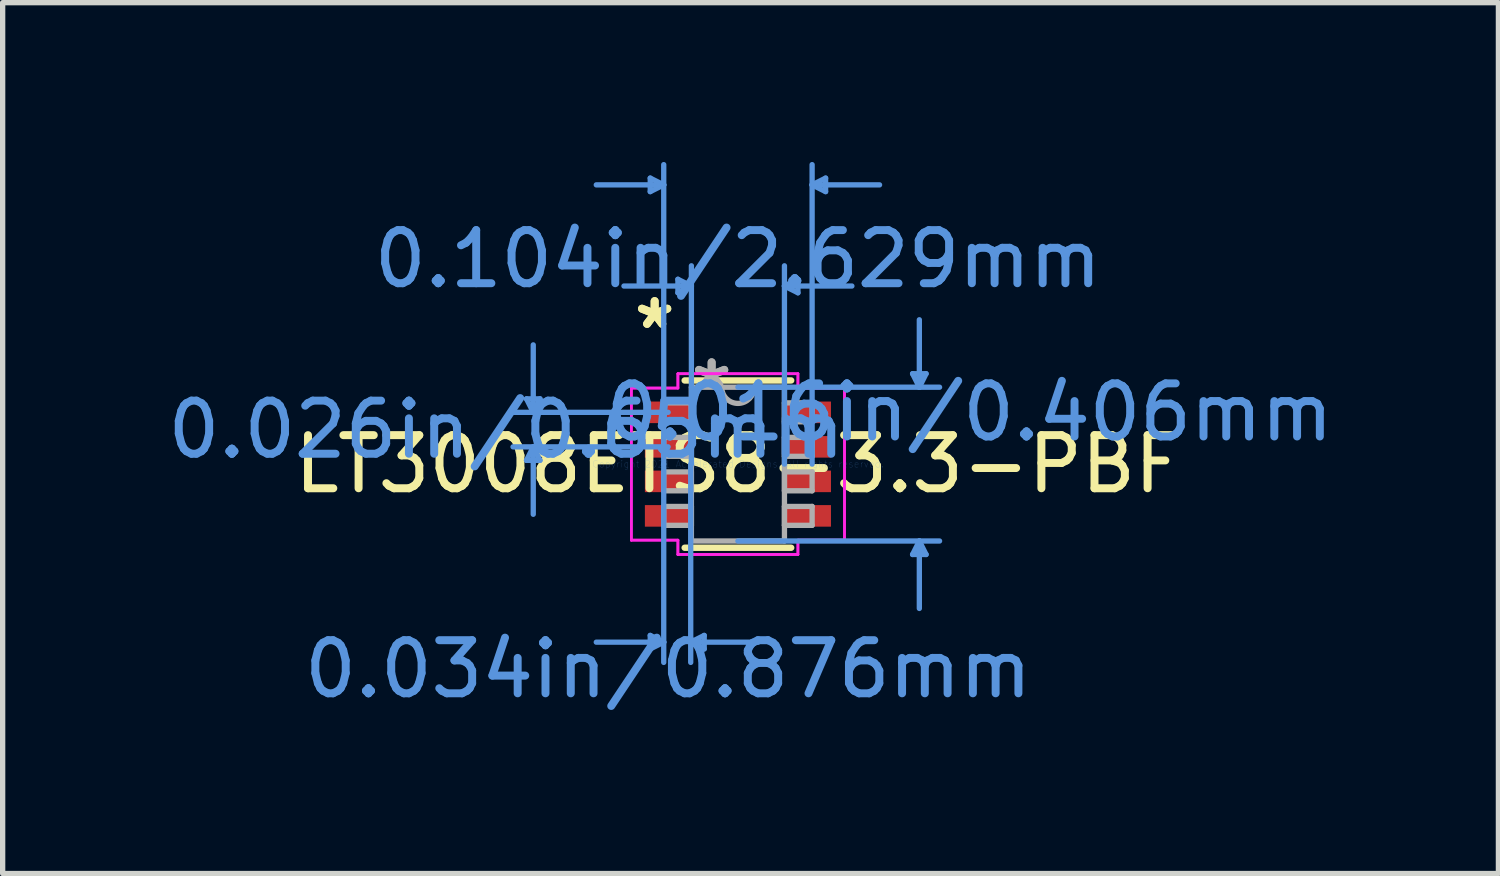
<source format=kicad_pcb>
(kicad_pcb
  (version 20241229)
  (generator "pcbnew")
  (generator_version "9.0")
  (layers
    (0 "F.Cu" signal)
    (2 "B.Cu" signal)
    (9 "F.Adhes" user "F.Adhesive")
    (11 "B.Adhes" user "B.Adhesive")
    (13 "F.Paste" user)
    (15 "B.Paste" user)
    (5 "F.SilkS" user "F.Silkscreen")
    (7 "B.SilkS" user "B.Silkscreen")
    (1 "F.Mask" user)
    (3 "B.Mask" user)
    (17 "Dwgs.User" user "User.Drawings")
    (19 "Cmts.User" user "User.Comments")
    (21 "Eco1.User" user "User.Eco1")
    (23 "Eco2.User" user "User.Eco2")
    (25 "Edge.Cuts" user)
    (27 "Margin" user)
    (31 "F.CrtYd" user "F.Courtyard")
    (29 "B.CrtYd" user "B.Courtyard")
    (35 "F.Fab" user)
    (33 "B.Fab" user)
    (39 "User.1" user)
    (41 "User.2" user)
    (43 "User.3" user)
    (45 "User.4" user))
  (footprint "LT3008ETS8-3.3-PBF"
    (layer "F.Cu")
    (at 10.845 5.689)
    (property "Reference" "LT3008ETS8-3.3-PBF" (at 0 0 0) (layer "F.SilkS") (effects (font (size 1 1) (thickness 0.15))))
    (attr through_hole)
    (fp_line (start -1.003 1.575) (end 1.003 1.575) (stroke (width 0.12) (type solid)) (layer "F.SilkS"))
    (fp_line (start 1.003 -1.575) (end -1.003 -1.575) (stroke (width 0.12) (type solid)) (layer "F.SilkS"))
    (fp_line (start -3.981 -1.229) (end -3.727 -1.229) (stroke (width 0.1) (type solid)) (layer "Cmts.User"))
    (fp_line (start -3.981 -0.071) (end -3.727 -0.071) (stroke (width 0.1) (type solid)) (layer "Cmts.User"))
    (fp_line (start -3.854 -0.975) (end -3.981 -1.229) (stroke (width 0.1) (type solid)) (layer "Cmts.User"))
    (fp_line (start -3.854 -0.975) (end -3.854 -2.245) (stroke (width 0.1) (type solid)) (layer "Cmts.User"))
    (fp_line (start -3.854 -0.975) (end -3.727 -1.229) (stroke (width 0.1) (type solid)) (layer "Cmts.User"))
    (fp_line (start -3.854 -0.325) (end -3.981 -0.071) (stroke (width 0.1) (type solid)) (layer "Cmts.User"))
    (fp_line (start -3.854 -0.325) (end -3.854 0.945) (stroke (width 0.1) (type solid)) (layer "Cmts.User"))
    (fp_line (start -3.854 -0.325) (end -3.727 -0.071) (stroke (width 0.1) (type solid)) (layer "Cmts.User"))
    (fp_line (start -1.651 -5.385) (end -1.651 -5.131) (stroke (width 0.1) (type solid)) (layer "Cmts.User"))
    (fp_line (start -1.651 3.226) (end -1.651 3.48) (stroke (width 0.1) (type solid)) (layer "Cmts.User"))
    (fp_line (start -1.397 -5.258) (end -2.667 -5.258) (stroke (width 0.1) (type solid)) (layer "Cmts.User"))
    (fp_line (start -1.397 -5.258) (end -1.651 -5.385) (stroke (width 0.1) (type solid)) (layer "Cmts.User"))
    (fp_line (start -1.397 -5.258) (end -1.651 -5.131) (stroke (width 0.1) (type solid)) (layer "Cmts.User"))
    (fp_line (start -1.397 0) (end -1.397 -5.639) (stroke (width 0.1) (type solid)) (layer "Cmts.User"))
    (fp_line (start -1.397 0) (end -1.397 3.734) (stroke (width 0.1) (type solid)) (layer "Cmts.User"))
    (fp_line (start -1.397 3.353) (end -2.667 3.353) (stroke (width 0.1) (type solid)) (layer "Cmts.User"))
    (fp_line (start -1.397 3.353) (end -1.651 3.226) (stroke (width 0.1) (type solid)) (layer "Cmts.User"))
    (fp_line (start -1.397 3.353) (end -1.651 3.48) (stroke (width 0.1) (type solid)) (layer "Cmts.User"))
    (fp_line (start -1.314 -0.975) (end -4.235 -0.975) (stroke (width 0.1) (type solid)) (layer "Cmts.User"))
    (fp_line (start -1.314 -0.325) (end -4.235 -0.325) (stroke (width 0.1) (type solid)) (layer "Cmts.User"))
    (fp_line (start -1.13 -3.48) (end -1.13 -3.226) (stroke (width 0.1) (type solid)) (layer "Cmts.User"))
    (fp_line (start -0.889 0) (end -0.889 3.734) (stroke (width 0.1) (type solid)) (layer "Cmts.User"))
    (fp_line (start -0.889 3.353) (end -0.635 3.226) (stroke (width 0.1) (type solid)) (layer "Cmts.User"))
    (fp_line (start -0.889 3.353) (end -0.635 3.48) (stroke (width 0.1) (type solid)) (layer "Cmts.User"))
    (fp_line (start -0.889 3.353) (end 0.381 3.353) (stroke (width 0.1) (type solid)) (layer "Cmts.User"))
    (fp_line (start -0.876 -3.353) (end -2.146 -3.353) (stroke (width 0.1) (type solid)) (layer "Cmts.User"))
    (fp_line (start -0.876 -3.353) (end -1.13 -3.48) (stroke (width 0.1) (type solid)) (layer "Cmts.User"))
    (fp_line (start -0.876 -3.353) (end -1.13 -3.226) (stroke (width 0.1) (type solid)) (layer "Cmts.User"))
    (fp_line (start -0.876 0) (end -0.876 -3.734) (stroke (width 0.1) (type solid)) (layer "Cmts.User"))
    (fp_line (start -0.635 3.226) (end -0.635 3.48) (stroke (width 0.1) (type solid)) (layer "Cmts.User"))
    (fp_line (start 0 -1.448) (end 3.797 -1.448) (stroke (width 0.1) (type solid)) (layer "Cmts.User"))
    (fp_line (start 0 1.448) (end 3.797 1.448) (stroke (width 0.1) (type solid)) (layer "Cmts.User"))
    (fp_line (start 0.876 -3.353) (end 1.13 -3.48) (stroke (width 0.1) (type solid)) (layer "Cmts.User"))
    (fp_line (start 0.876 -3.353) (end 1.13 -3.226) (stroke (width 0.1) (type solid)) (layer "Cmts.User"))
    (fp_line (start 0.876 -3.353) (end 2.146 -3.353) (stroke (width 0.1) (type solid)) (layer "Cmts.User"))
    (fp_line (start 0.876 0) (end 0.876 -3.734) (stroke (width 0.1) (type solid)) (layer "Cmts.User"))
    (fp_line (start 1.13 -3.48) (end 1.13 -3.226) (stroke (width 0.1) (type solid)) (layer "Cmts.User"))
    (fp_line (start 1.397 -5.258) (end 1.651 -5.385) (stroke (width 0.1) (type solid)) (layer "Cmts.User"))
    (fp_line (start 1.397 -5.258) (end 1.651 -5.131) (stroke (width 0.1) (type solid)) (layer "Cmts.User"))
    (fp_line (start 1.397 -5.258) (end 2.667 -5.258) (stroke (width 0.1) (type solid)) (layer "Cmts.User"))
    (fp_line (start 1.397 0) (end 1.397 -5.639) (stroke (width 0.1) (type solid)) (layer "Cmts.User"))
    (fp_line (start 1.651 -5.385) (end 1.651 -5.131) (stroke (width 0.1) (type solid)) (layer "Cmts.User"))
    (fp_line (start 3.289 -1.702) (end 3.543 -1.702) (stroke (width 0.1) (type solid)) (layer "Cmts.User"))
    (fp_line (start 3.289 1.702) (end 3.543 1.702) (stroke (width 0.1) (type solid)) (layer "Cmts.User"))
    (fp_line (start 3.416 -1.448) (end 3.289 -1.702) (stroke (width 0.1) (type solid)) (layer "Cmts.User"))
    (fp_line (start 3.416 -1.448) (end 3.416 -2.718) (stroke (width 0.1) (type solid)) (layer "Cmts.User"))
    (fp_line (start 3.416 -1.448) (end 3.543 -1.702) (stroke (width 0.1) (type solid)) (layer "Cmts.User"))
    (fp_line (start 3.416 1.448) (end 3.289 1.702) (stroke (width 0.1) (type solid)) (layer "Cmts.User"))
    (fp_line (start 3.416 1.448) (end 3.416 2.718) (stroke (width 0.1) (type solid)) (layer "Cmts.User"))
    (fp_line (start 3.416 1.448) (end 3.543 1.702) (stroke (width 0.1) (type solid)) (layer "Cmts.User"))
    (fp_line (start -2.007 -1.432) (end -1.13 -1.432) (stroke (width 0.05) (type solid)) (layer "F.CrtYd"))
    (fp_line (start -2.007 -1.432) (end -1.13 -1.432) (stroke (width 0.05) (type solid)) (layer "F.CrtYd"))
    (fp_line (start -2.007 1.432) (end -2.007 -1.432) (stroke (width 0.05) (type solid)) (layer "F.CrtYd"))
    (fp_line (start -2.007 1.432) (end -2.007 -1.432) (stroke (width 0.05) (type solid)) (layer "F.CrtYd"))
    (fp_line (start -2.007 1.432) (end -1.13 1.432) (stroke (width 0.05) (type solid)) (layer "F.CrtYd"))
    (fp_line (start -1.13 -1.702) (end 1.13 -1.702) (stroke (width 0.05) (type solid)) (layer "F.CrtYd"))
    (fp_line (start -1.13 -1.702) (end 1.13 -1.702) (stroke (width 0.05) (type solid)) (layer "F.CrtYd"))
    (fp_line (start -1.13 -1.432) (end -1.13 -1.702) (stroke (width 0.05) (type solid)) (layer "F.CrtYd"))
    (fp_line (start -1.13 -1.432) (end -1.13 -1.702) (stroke (width 0.05) (type solid)) (layer "F.CrtYd"))
    (fp_line (start -1.13 1.432) (end -2.007 1.432) (stroke (width 0.05) (type solid)) (layer "F.CrtYd"))
    (fp_line (start -1.13 1.702) (end -1.13 1.432) (stroke (width 0.05) (type solid)) (layer "F.CrtYd"))
    (fp_line (start -1.13 1.702) (end -1.13 1.432) (stroke (width 0.05) (type solid)) (layer "F.CrtYd"))
    (fp_line (start 1.13 -1.702) (end 1.13 -1.432) (stroke (width 0.05) (type solid)) (layer "F.CrtYd"))
    (fp_line (start 1.13 -1.702) (end 1.13 -1.432) (stroke (width 0.05) (type solid)) (layer "F.CrtYd"))
    (fp_line (start 1.13 -1.432) (end 2.007 -1.432) (stroke (width 0.05) (type solid)) (layer "F.CrtYd"))
    (fp_line (start 1.13 1.432) (end 1.13 1.702) (stroke (width 0.05) (type solid)) (layer "F.CrtYd"))
    (fp_line (start 1.13 1.432) (end 1.13 1.702) (stroke (width 0.05) (type solid)) (layer "F.CrtYd"))
    (fp_line (start 1.13 1.702) (end -1.13 1.702) (stroke (width 0.05) (type solid)) (layer "F.CrtYd"))
    (fp_line (start 1.13 1.702) (end -1.13 1.702) (stroke (width 0.05) (type solid)) (layer "F.CrtYd"))
    (fp_line (start 2.007 -1.432) (end 1.13 -1.432) (stroke (width 0.05) (type solid)) (layer "F.CrtYd"))
    (fp_line (start 2.007 -1.432) (end 2.007 1.432) (stroke (width 0.05) (type solid)) (layer "F.CrtYd"))
    (fp_line (start 2.007 -1.432) (end 2.007 1.432) (stroke (width 0.05) (type solid)) (layer "F.CrtYd"))
    (fp_line (start 2.007 1.432) (end 1.13 1.432) (stroke (width 0.05) (type solid)) (layer "F.CrtYd"))
    (fp_line (start 2.007 1.432) (end 1.13 1.432) (stroke (width 0.05) (type solid)) (layer "F.CrtYd"))
    (fp_line (start -1.397 -1.153) (end -1.397 -0.797) (stroke (width 0.1) (type solid)) (layer "F.Fab"))
    (fp_line (start -1.397 -0.797) (end -0.876 -0.797) (stroke (width 0.1) (type solid)) (layer "F.Fab"))
    (fp_line (start -1.397 -0.503) (end -1.397 -0.147) (stroke (width 0.1) (type solid)) (layer "F.Fab"))
    (fp_line (start -1.397 -0.147) (end -0.876 -0.147) (stroke (width 0.1) (type solid)) (layer "F.Fab"))
    (fp_line (start -1.397 0.147) (end -1.397 0.503) (stroke (width 0.1) (type solid)) (layer "F.Fab"))
    (fp_line (start -1.397 0.503) (end -0.876 0.503) (stroke (width 0.1) (type solid)) (layer "F.Fab"))
    (fp_line (start -1.397 0.797) (end -1.397 1.153) (stroke (width 0.1) (type solid)) (layer "F.Fab"))
    (fp_line (start -1.397 1.153) (end -0.876 1.153) (stroke (width 0.1) (type solid)) (layer "F.Fab"))
    (fp_line (start -0.876 -1.448) (end -0.876 1.448) (stroke (width 0.1) (type solid)) (layer "F.Fab"))
    (fp_line (start -0.876 -1.153) (end -1.397 -1.153) (stroke (width 0.1) (type solid)) (layer "F.Fab"))
    (fp_line (start -0.876 -0.797) (end -0.876 -1.153) (stroke (width 0.1) (type solid)) (layer "F.Fab"))
    (fp_line (start -0.876 -0.503) (end -1.397 -0.503) (stroke (width 0.1) (type solid)) (layer "F.Fab"))
    (fp_line (start -0.876 -0.147) (end -0.876 -0.503) (stroke (width 0.1) (type solid)) (layer "F.Fab"))
    (fp_line (start -0.876 0.147) (end -1.397 0.147) (stroke (width 0.1) (type solid)) (layer "F.Fab"))
    (fp_line (start -0.876 0.503) (end -0.876 0.147) (stroke (width 0.1) (type solid)) (layer "F.Fab"))
    (fp_line (start -0.876 0.797) (end -1.397 0.797) (stroke (width 0.1) (type solid)) (layer "F.Fab"))
    (fp_line (start -0.876 1.153) (end -0.876 0.797) (stroke (width 0.1) (type solid)) (layer "F.Fab"))
    (fp_line (start -0.876 1.448) (end 0.876 1.448) (stroke (width 0.1) (type solid)) (layer "F.Fab"))
    (fp_line (start 0.876 -1.448) (end -0.876 -1.448) (stroke (width 0.1) (type solid)) (layer "F.Fab"))
    (fp_line (start 0.876 -1.153) (end 0.876 -0.797) (stroke (width 0.1) (type solid)) (layer "F.Fab"))
    (fp_line (start 0.876 -0.797) (end 1.397 -0.797) (stroke (width 0.1) (type solid)) (layer "F.Fab"))
    (fp_line (start 0.876 -0.503) (end 0.876 -0.147) (stroke (width 0.1) (type solid)) (layer "F.Fab"))
    (fp_line (start 0.876 -0.147) (end 1.397 -0.147) (stroke (width 0.1) (type solid)) (layer "F.Fab"))
    (fp_line (start 0.876 0.147) (end 0.876 0.503) (stroke (width 0.1) (type solid)) (layer "F.Fab"))
    (fp_line (start 0.876 0.503) (end 1.397 0.503) (stroke (width 0.1) (type solid)) (layer "F.Fab"))
    (fp_line (start 0.876 0.797) (end 0.876 1.153) (stroke (width 0.1) (type solid)) (layer "F.Fab"))
    (fp_line (start 0.876 1.153) (end 1.397 1.153) (stroke (width 0.1) (type solid)) (layer "F.Fab"))
    (fp_line (start 0.876 1.448) (end 0.876 -1.448) (stroke (width 0.1) (type solid)) (layer "F.Fab"))
    (fp_line (start 1.397 -1.153) (end 0.876 -1.153) (stroke (width 0.1) (type solid)) (layer "F.Fab"))
    (fp_line (start 1.397 -0.797) (end 1.397 -1.153) (stroke (width 0.1) (type solid)) (layer "F.Fab"))
    (fp_line (start 1.397 -0.503) (end 0.876 -0.503) (stroke (width 0.1) (type solid)) (layer "F.Fab"))
    (fp_line (start 1.397 -0.147) (end 1.397 -0.503) (stroke (width 0.1) (type solid)) (layer "F.Fab"))
    (fp_line (start 1.397 0.147) (end 0.876 0.147) (stroke (width 0.1) (type solid)) (layer "F.Fab"))
    (fp_line (start 1.397 0.503) (end 1.397 0.147) (stroke (width 0.1) (type solid)) (layer "F.Fab"))
    (fp_line (start 1.397 0.797) (end 0.876 0.797) (stroke (width 0.1) (type solid)) (layer "F.Fab"))
    (fp_line (start 1.397 1.153) (end 1.397 0.797) (stroke (width 0.1) (type solid)) (layer "F.Fab"))
    (fp_arc (start 0.3048 -1.4478) (mid 0 -1.143) (end -0.3048 -1.4478) (stroke (width 0.1) (type solid)) (layer "F.Fab"))
    (fp_text user "*" (at -1.568 -2.524 0) (layer "F.SilkS") (effects (font (size 1 1) (thickness 0.15))))
    (fp_text user "*" (at -1.568 -2.524 0) (layer "F.SilkS") (effects (font (size 1 1) (thickness 0.15))))
    (fp_text user "Copyright 2021 Accelerated Designs. All rights reserved." (at 0 0 0) (layer "Cmts.User") (effects (font (size 0.127 0.127) (thickness 0.002))))
    (fp_text user "0.026in/0.65mm" (at -4.362 -0.65 0) (layer "Cmts.User") (effects (font (size 1 1) (thickness 0.15))))
    (fp_text user "0.034in/0.876mm" (at -1.314 3.861 0) (layer "Cmts.User") (effects (font (size 1 1) (thickness 0.15))))
    (fp_text user "0.104in/2.629mm" (at 0 -3.861 0) (layer "Cmts.User") (effects (font (size 1 1) (thickness 0.15))))
    (fp_text user "0.016in/0.406mm" (at 4.362 -0.975 0) (layer "Cmts.User") (effects (font (size 1 1) (thickness 0.15))))
    (fp_text user "*" (at -0.495 -1.372 0) (layer "F.Fab") (effects (font (size 1 1) (thickness 0.15))))
    (fp_text user "*" (at -0.495 -1.372 0) (layer "F.Fab") (effects (font (size 1 1) (thickness 0.15))))
    (pad "1" smd rect (at -1.314 -0.975) (size 0.876 0.406) (layers "F.Cu" "F.Mask" "F.Paste"))
    (pad "2" smd rect (at -1.314 -0.325) (size 0.876 0.406) (layers "F.Cu" "F.Mask" "F.Paste"))
    (pad "3" smd rect (at -1.314 0.325) (size 0.876 0.406) (layers "F.Cu" "F.Mask" "F.Paste"))
    (pad "4" smd rect (at -1.314 0.975) (size 0.876 0.406) (layers "F.Cu" "F.Mask" "F.Paste"))
    (pad "5" smd rect (at 1.314 0.975) (size 0.876 0.406) (layers "F.Cu" "F.Mask" "F.Paste"))
    (pad "6" smd rect (at 1.314 0.325) (size 0.876 0.406) (layers "F.Cu" "F.Mask" "F.Paste"))
    (pad "7" smd rect (at 1.314 -0.325) (size 0.876 0.406) (layers "F.Cu" "F.Mask" "F.Paste"))
    (pad "8" smd rect (at 1.314 -0.975) (size 0.876 0.406) (layers "F.Cu" "F.Mask" "F.Paste")))
  (gr_rect
    (start -3 -3)
    (end 25.165 13.398)
    (stroke (width 0.1) (type default))
    (fill no)
    (layer "Edge.Cuts")))
</source>
